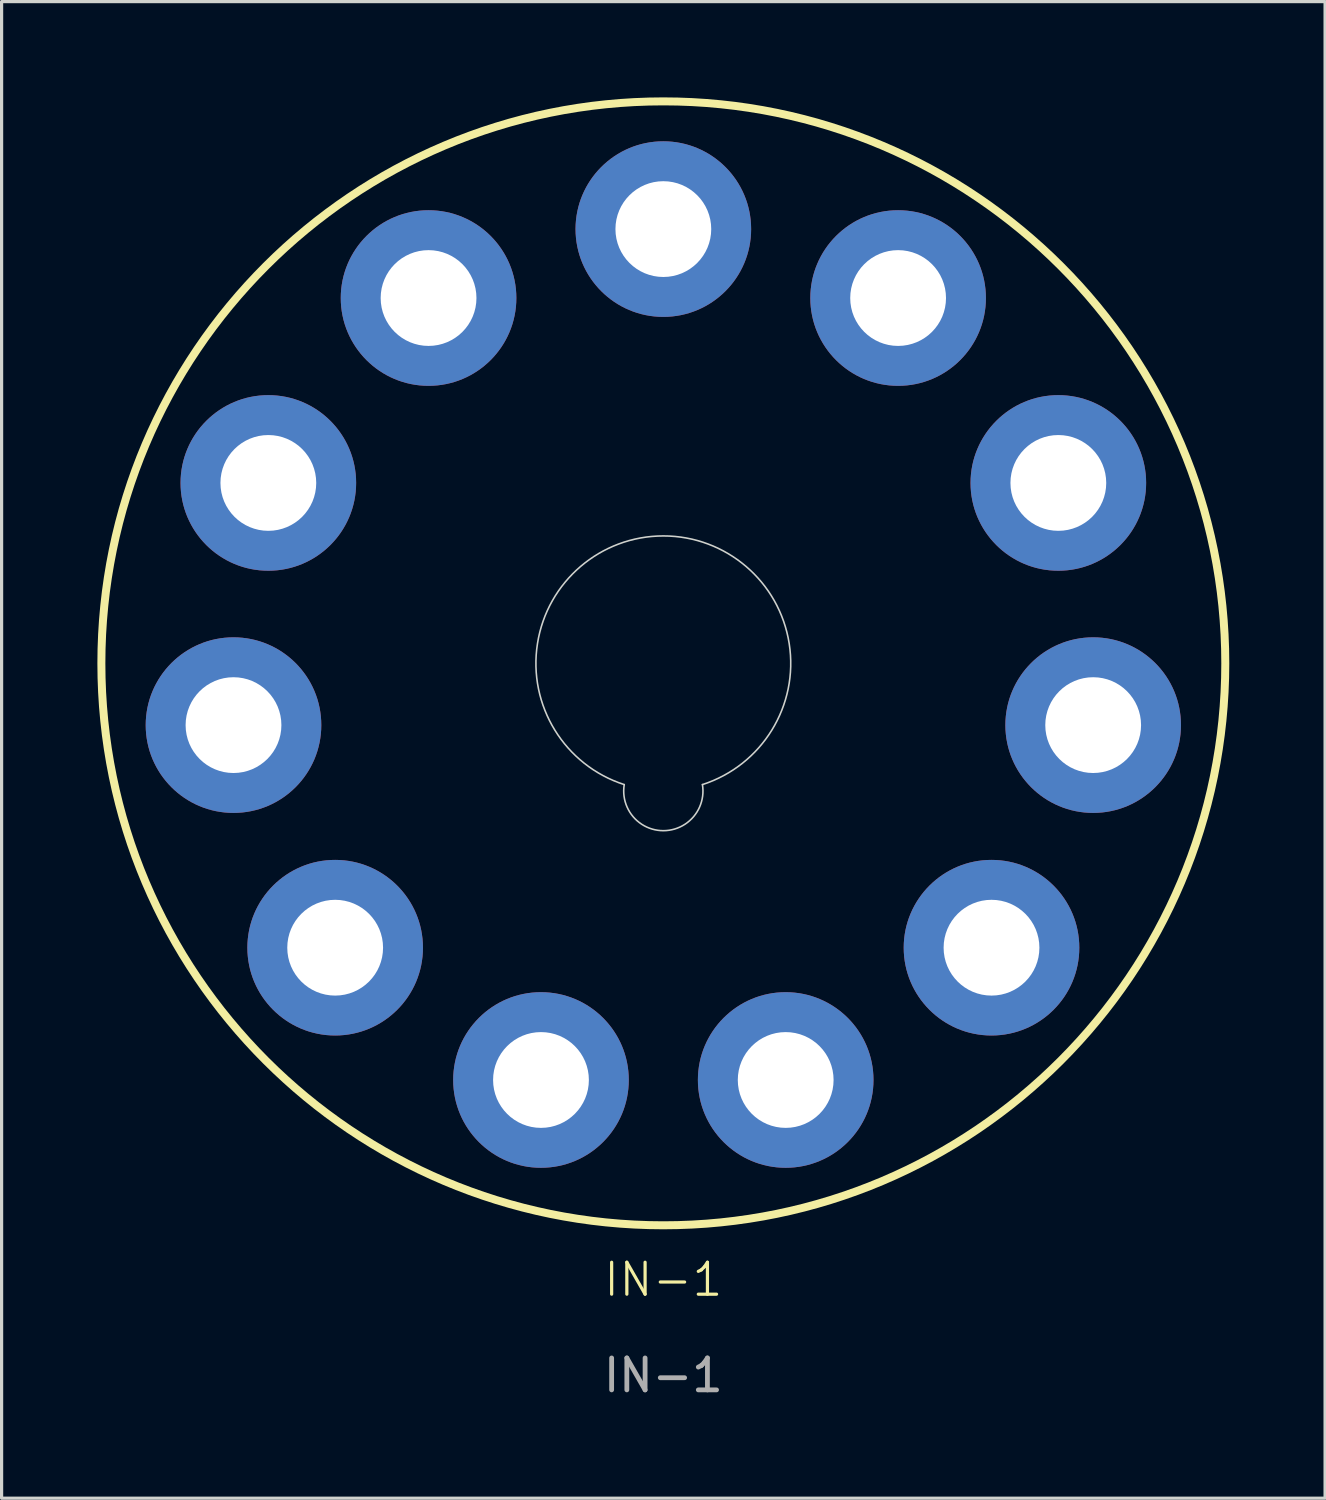
<source format=kicad_pcb>
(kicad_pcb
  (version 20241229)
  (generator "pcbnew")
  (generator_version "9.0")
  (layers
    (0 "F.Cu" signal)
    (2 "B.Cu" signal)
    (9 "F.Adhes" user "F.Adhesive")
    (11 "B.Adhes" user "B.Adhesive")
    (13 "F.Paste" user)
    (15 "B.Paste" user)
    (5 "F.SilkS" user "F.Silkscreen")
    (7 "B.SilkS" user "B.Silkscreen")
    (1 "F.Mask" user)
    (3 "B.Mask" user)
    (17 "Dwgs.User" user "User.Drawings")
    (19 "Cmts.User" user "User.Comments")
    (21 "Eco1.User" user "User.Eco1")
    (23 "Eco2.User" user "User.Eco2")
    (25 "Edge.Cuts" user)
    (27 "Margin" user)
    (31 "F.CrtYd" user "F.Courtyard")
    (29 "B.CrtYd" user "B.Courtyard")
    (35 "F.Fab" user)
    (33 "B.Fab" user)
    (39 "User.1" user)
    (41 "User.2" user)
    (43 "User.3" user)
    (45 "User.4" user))
  (footprint "IN-1"
    (layer "F.Cu")
    (at 17.725 17.725)
    (property "Reference" "IN-1" (at 0 19.3 0) (unlocked yes) (layer "F.SilkS") (effects (font (size 1 1) (thickness 0.1))))
    (attr through_hole)
    (fp_circle (center 0 0) (end 17.6 0) (stroke (width 0.25) (type default)) (fill no) (layer "F.SilkS"))
    (fp_arc (start -1.224274 3.797747) (mid -0.000178 -3.990204) (end 1.224612 3.797638) (stroke (width 0.05) (type default)) (layer "Edge.Cuts"))
    (fp_arc (start 1.224612 3.797638) (mid 0.001196 5.241219) (end -1.225 3.799999) (stroke (width 0.05) (type default)) (layer "Edge.Cuts"))
    (fp_text user "${REFERENCE}" (at 0 22.3 0) (unlocked yes) (layer "F.Fab") (effects (font (size 1 1) (thickness 0.15))))
    (pad "1" thru_hole circle (at 3.832 13.049) (size 5.5 5.5) (drill 3) (layers "*.Cu" "*.Mask"))
    (pad "2" thru_hole circle (at 10.278 8.906) (size 5.5 5.5) (drill 3) (layers "*.Cu" "*.Mask"))
    (pad "3" thru_hole circle (at 13.462 1.935) (size 5.5 5.5) (drill 3) (layers "*.Cu" "*.Mask"))
    (pad "4" thru_hole circle (at 12.371 -5.65) (size 5.5 5.5) (drill 3) (layers "*.Cu" "*.Mask"))
    (pad "5" thru_hole circle (at 7.353 -11.441) (size 5.5 5.5) (drill 3) (layers "*.Cu" "*.Mask"))
    (pad "6" thru_hole circle (at 0 -13.6) (size 5.5 5.5) (drill 3) (layers "*.Cu" "*.Mask"))
    (pad "7" thru_hole circle (at -7.353 -11.441) (size 5.5 5.5) (drill 3) (layers "*.Cu" "*.Mask"))
    (pad "8" thru_hole circle (at -12.371 -5.65) (size 5.5 5.5) (drill 3) (layers "*.Cu" "*.Mask"))
    (pad "9" thru_hole circle (at -13.462 1.935) (size 5.5 5.5) (drill 3) (layers "*.Cu" "*.Mask"))
    (pad "10" thru_hole circle (at -10.278 8.906) (size 5.5 5.5) (drill 3) (layers "*.Cu" "*.Mask"))
    (pad "11" thru_hole circle (at -3.832 13.049) (size 5.5 5.5) (drill 3) (layers "*.Cu" "*.Mask")))
  (gr_rect
    (start -3 -3)
    (end 38.45 43.873)
    (stroke (width 0.1) (type default))
    (fill no)
    (layer "Edge.Cuts")))
</source>
